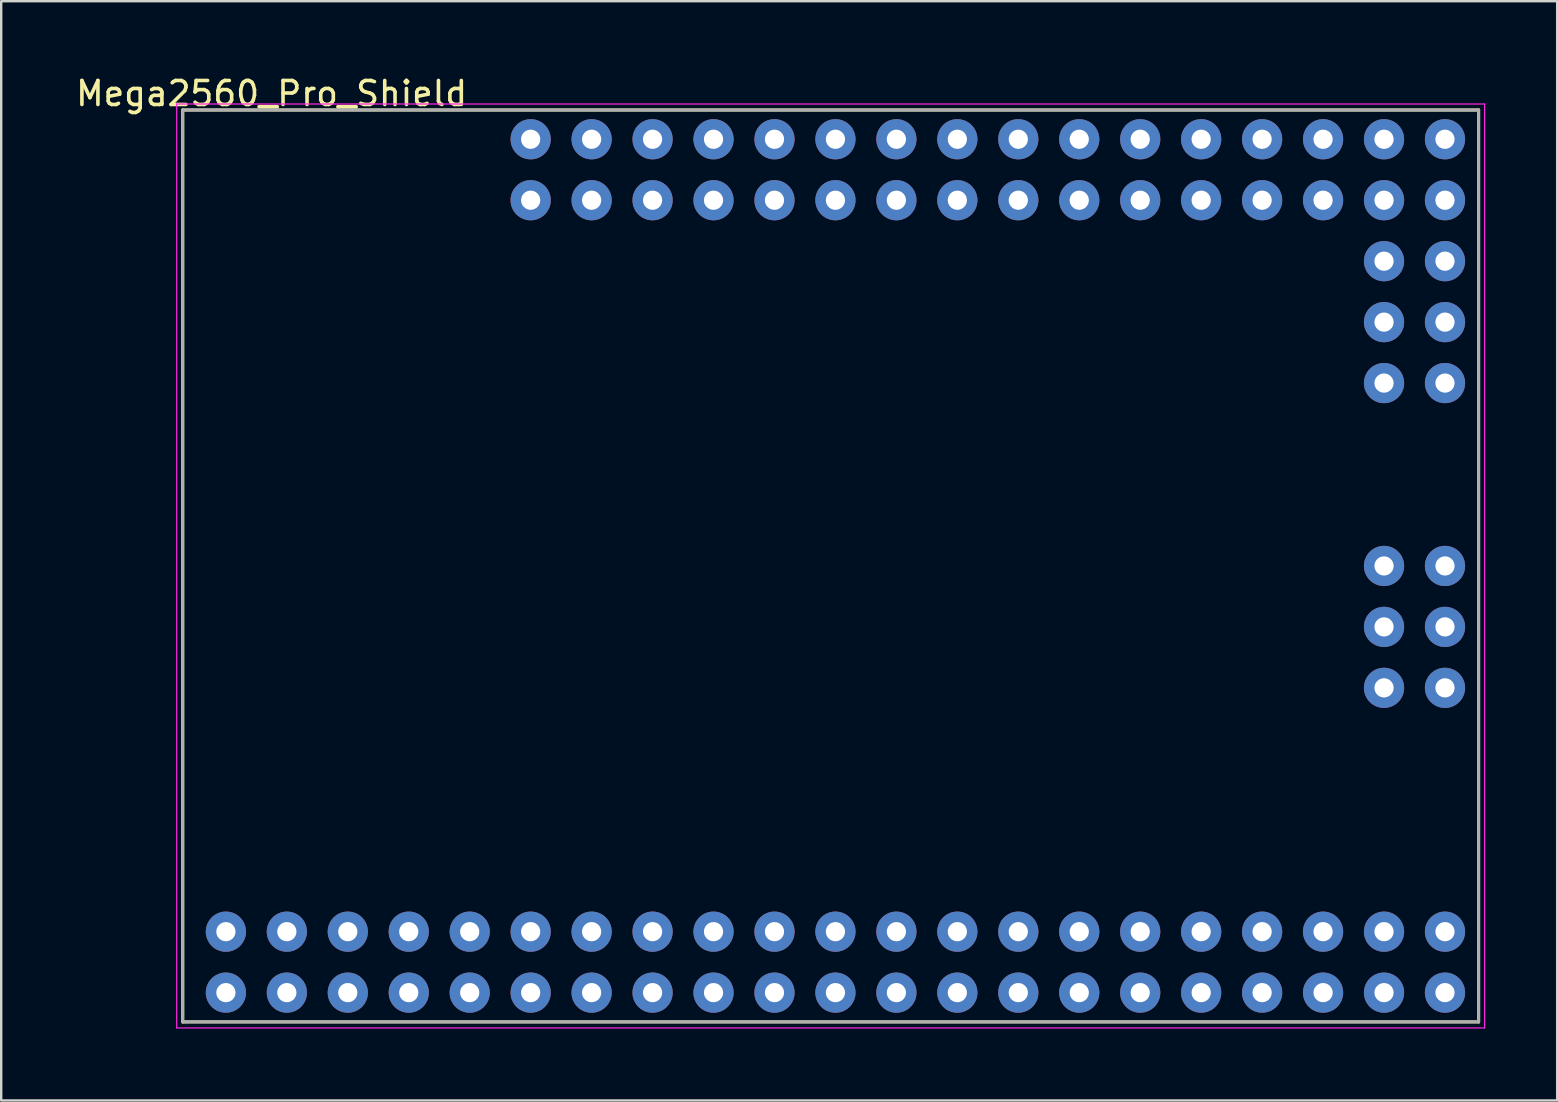
<source format=kicad_pcb>
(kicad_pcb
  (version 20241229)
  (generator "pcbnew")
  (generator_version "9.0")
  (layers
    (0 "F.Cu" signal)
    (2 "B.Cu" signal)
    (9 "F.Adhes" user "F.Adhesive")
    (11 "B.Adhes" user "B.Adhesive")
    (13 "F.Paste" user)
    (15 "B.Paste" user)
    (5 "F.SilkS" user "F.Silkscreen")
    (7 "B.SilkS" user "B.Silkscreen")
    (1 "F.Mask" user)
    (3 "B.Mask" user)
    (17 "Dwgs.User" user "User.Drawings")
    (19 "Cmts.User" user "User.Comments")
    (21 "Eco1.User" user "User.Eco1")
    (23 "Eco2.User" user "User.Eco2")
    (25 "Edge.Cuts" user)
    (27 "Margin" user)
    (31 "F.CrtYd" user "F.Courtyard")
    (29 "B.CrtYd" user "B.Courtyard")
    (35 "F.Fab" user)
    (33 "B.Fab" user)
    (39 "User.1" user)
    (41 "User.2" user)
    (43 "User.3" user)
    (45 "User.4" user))
  (footprint "Mega2560_Pro_Shield"
    (layer "F.Cu")
    (at 31.563 20.533)
    (property "Reference" "Mega2560_Pro_Shield" (at -23.295 -19.685 0) (layer "F.SilkS") (effects (font (size 1 1) (thickness 0.15))))
    (attr through_hole)
    (fp_line (start -27 -19) (end 27 -19) (stroke (width 0.127) (type solid)) (layer "F.SilkS"))
    (fp_line (start -27 19) (end -27 -19) (stroke (width 0.127) (type solid)) (layer "F.SilkS"))
    (fp_line (start -27 19) (end 27 19) (stroke (width 0.127) (type solid)) (layer "F.SilkS"))
    (fp_line (start 27 19) (end 27 -19) (stroke (width 0.127) (type solid)) (layer "F.SilkS"))
    (fp_line (start -27.25 -19.25) (end 27.25 -19.25) (stroke (width 0.05) (type solid)) (layer "F.CrtYd"))
    (fp_line (start -27.25 19.25) (end -27.25 -19.25) (stroke (width 0.05) (type solid)) (layer "F.CrtYd"))
    (fp_line (start 27.25 -19.25) (end 27.25 19.25) (stroke (width 0.05) (type solid)) (layer "F.CrtYd"))
    (fp_line (start 27.25 19.25) (end -27.25 19.25) (stroke (width 0.05) (type solid)) (layer "F.CrtYd"))
    (fp_line (start -27 -19) (end 27 -19) (stroke (width 0.127) (type solid)) (layer "F.Fab"))
    (fp_line (start -27 19) (end -27 -19) (stroke (width 0.127) (type solid)) (layer "F.Fab"))
    (fp_line (start -27 19) (end 27 19) (stroke (width 0.127) (type solid)) (layer "F.Fab"))
    (fp_line (start 27 19) (end 27 -19) (stroke (width 0.127) (type solid)) (layer "F.Fab"))
    (pad "3V3_1" thru_hole circle (at -17.58 17.78) (size 1.676 1.676) (drill 0.8) (layers "*.Cu" "*.Mask"))
    (pad "3V3_2" thru_hole circle (at -17.58 15.24) (size 1.676 1.676) (drill 0.8) (layers "*.Cu" "*.Mask"))
    (pad "5V_1" thru_hole circle (at -20.12 17.78) (size 1.676 1.676) (drill 0.8) (layers "*.Cu" "*.Mask"))
    (pad "5V_2" thru_hole circle (at -20.12 15.24) (size 1.676 1.676) (drill 0.8) (layers "*.Cu" "*.Mask"))
    (pad "5V_3" thru_hole circle (at 25.6 0) (size 1.676 1.676) (drill 0.8) (layers "*.Cu" "*.Mask"))
    (pad "A0" thru_hole circle (at -12.5 -17.78) (size 1.676 1.676) (drill 0.8) (layers "*.Cu" "*.Mask"))
    (pad "A1" thru_hole circle (at -12.5 -15.24) (size 1.676 1.676) (drill 0.8) (layers "*.Cu" "*.Mask"))
    (pad "A2" thru_hole circle (at -9.96 -17.78) (size 1.676 1.676) (drill 0.8) (layers "*.Cu" "*.Mask"))
    (pad "A3" thru_hole circle (at -9.96 -15.24) (size 1.676 1.676) (drill 0.8) (layers "*.Cu" "*.Mask"))
    (pad "A4" thru_hole circle (at -7.42 -17.78) (size 1.676 1.676) (drill 0.8) (layers "*.Cu" "*.Mask"))
    (pad "A5" thru_hole circle (at -7.42 -15.24) (size 1.676 1.676) (drill 0.8) (layers "*.Cu" "*.Mask"))
    (pad "A6" thru_hole circle (at -4.88 -17.78) (size 1.676 1.676) (drill 0.8) (layers "*.Cu" "*.Mask"))
    (pad "A7" thru_hole circle (at -4.88 -15.24) (size 1.676 1.676) (drill 0.8) (layers "*.Cu" "*.Mask"))
    (pad "A8" thru_hole circle (at -2.34 -17.78) (size 1.676 1.676) (drill 0.8) (layers "*.Cu" "*.Mask"))
    (pad "A9" thru_hole circle (at -2.34 -15.24) (size 1.676 1.676) (drill 0.8) (layers "*.Cu" "*.Mask"))
    (pad "A10" thru_hole circle (at 0.2 -17.78) (size 1.676 1.676) (drill 0.8) (layers "*.Cu" "*.Mask"))
    (pad "A11" thru_hole circle (at 0.2 -15.24) (size 1.676 1.676) (drill 0.8) (layers "*.Cu" "*.Mask"))
    (pad "A12" thru_hole circle (at 2.74 -17.78) (size 1.676 1.676) (drill 0.8) (layers "*.Cu" "*.Mask"))
    (pad "A13" thru_hole circle (at 2.74 -15.24) (size 1.676 1.676) (drill 0.8) (layers "*.Cu" "*.Mask"))
    (pad "A14" thru_hole circle (at 5.28 -17.78) (size 1.676 1.676) (drill 0.8) (layers "*.Cu" "*.Mask"))
    (pad "A15" thru_hole circle (at 5.28 -15.24) (size 1.676 1.676) (drill 0.8) (layers "*.Cu" "*.Mask"))
    (pad "AREF" thru_hole circle (at -15.04 15.24) (size 1.676 1.676) (drill 0.8) (layers "*.Cu" "*.Mask"))
    (pad "D2" thru_hole circle (at -9.96 15.24) (size 1.676 1.676) (drill 0.8) (layers "*.Cu" "*.Mask"))
    (pad "D3" thru_hole circle (at -9.96 17.78) (size 1.676 1.676) (drill 0.8) (layers "*.Cu" "*.Mask"))
    (pad "D4" thru_hole circle (at -7.42 15.24) (size 1.676 1.676) (drill 0.8) (layers "*.Cu" "*.Mask"))
    (pad "D5" thru_hole circle (at -7.42 17.78) (size 1.676 1.676) (drill 0.8) (layers "*.Cu" "*.Mask"))
    (pad "D6" thru_hole circle (at -4.88 15.24) (size 1.676 1.676) (drill 0.8) (layers "*.Cu" "*.Mask"))
    (pad "D7" thru_hole circle (at -4.88 17.78) (size 1.676 1.676) (drill 0.8) (layers "*.Cu" "*.Mask"))
    (pad "D8" thru_hole circle (at -2.34 15.24) (size 1.676 1.676) (drill 0.8) (layers "*.Cu" "*.Mask"))
    (pad "D9" thru_hole circle (at -2.34 17.78) (size 1.676 1.676) (drill 0.8) (layers "*.Cu" "*.Mask"))
    (pad "D10" thru_hole circle (at 0.2 15.24) (size 1.676 1.676) (drill 0.8) (layers "*.Cu" "*.Mask"))
    (pad "D11" thru_hole circle (at 0.2 17.78) (size 1.676 1.676) (drill 0.8) (layers "*.Cu" "*.Mask"))
    (pad "D12" thru_hole circle (at 2.74 15.24) (size 1.676 1.676) (drill 0.8) (layers "*.Cu" "*.Mask"))
    (pad "D13" thru_hole circle (at 2.74 17.78) (size 1.676 1.676) (drill 0.8) (layers "*.Cu" "*.Mask"))
    (pad "D14" thru_hole circle (at 5.28 15.24) (size 1.676 1.676) (drill 0.8) (layers "*.Cu" "*.Mask"))
    (pad "D15" thru_hole circle (at 5.28 17.78) (size 1.676 1.676) (drill 0.8) (layers "*.Cu" "*.Mask"))
    (pad "D16" thru_hole circle (at 7.82 15.24) (size 1.676 1.676) (drill 0.8) (layers "*.Cu" "*.Mask"))
    (pad "D17" thru_hole circle (at 7.82 17.78) (size 1.676 1.676) (drill 0.8) (layers "*.Cu" "*.Mask"))
    (pad "D18" thru_hole circle (at 10.36 15.24) (size 1.676 1.676) (drill 0.8) (layers "*.Cu" "*.Mask"))
    (pad "D19" thru_hole circle (at 10.36 17.78) (size 1.676 1.676) (drill 0.8) (layers "*.Cu" "*.Mask"))
    (pad "D20" thru_hole circle (at 12.9 15.24) (size 1.676 1.676) (drill 0.8) (layers "*.Cu" "*.Mask"))
    (pad "D21" thru_hole circle (at 12.9 17.78) (size 1.676 1.676) (drill 0.8) (layers "*.Cu" "*.Mask"))
    (pad "D22" thru_hole circle (at 15.44 15.24) (size 1.676 1.676) (drill 0.8) (layers "*.Cu" "*.Mask"))
    (pad "D23" thru_hole circle (at 15.44 17.78) (size 1.676 1.676) (drill 0.8) (layers "*.Cu" "*.Mask"))
    (pad "D24" thru_hole circle (at 17.98 15.24) (size 1.676 1.676) (drill 0.8) (layers "*.Cu" "*.Mask"))
    (pad "D25" thru_hole circle (at 17.98 17.78) (size 1.676 1.676) (drill 0.8) (layers "*.Cu" "*.Mask"))
    (pad "D26" thru_hole circle (at 20.52 15.24) (size 1.676 1.676) (drill 0.8) (layers "*.Cu" "*.Mask"))
    (pad "D27" thru_hole circle (at 20.52 17.78) (size 1.676 1.676) (drill 0.8) (layers "*.Cu" "*.Mask"))
    (pad "D28" thru_hole circle (at 23.06 15.24) (size 1.676 1.676) (drill 0.8) (layers "*.Cu" "*.Mask"))
    (pad "D29" thru_hole circle (at 23.06 17.78) (size 1.676 1.676) (drill 0.8) (layers "*.Cu" "*.Mask"))
    (pad "D30" thru_hole circle (at 25.6 15.24) (size 1.676 1.676) (drill 0.8) (layers "*.Cu" "*.Mask"))
    (pad "D31" thru_hole circle (at 25.6 17.78) (size 1.676 1.676) (drill 0.8) (layers "*.Cu" "*.Mask"))
    (pad "D32" thru_hole circle (at 7.82 -17.78) (size 1.676 1.676) (drill 0.8) (layers "*.Cu" "*.Mask"))
    (pad "D33" thru_hole circle (at 7.82 -15.24) (size 1.676 1.676) (drill 0.8) (layers "*.Cu" "*.Mask"))
    (pad "D34" thru_hole circle (at 10.36 -17.78) (size 1.676 1.676) (drill 0.8) (layers "*.Cu" "*.Mask"))
    (pad "D35" thru_hole circle (at 10.36 -15.24) (size 1.676 1.676) (drill 0.8) (layers "*.Cu" "*.Mask"))
    (pad "D36" thru_hole circle (at 12.9 -17.78) (size 1.676 1.676) (drill 0.8) (layers "*.Cu" "*.Mask"))
    (pad "D37" thru_hole circle (at 12.9 -15.24) (size 1.676 1.676) (drill 0.8) (layers "*.Cu" "*.Mask"))
    (pad "D38" thru_hole circle (at 15.44 -17.78) (size 1.676 1.676) (drill 0.8) (layers "*.Cu" "*.Mask"))
    (pad "D39" thru_hole circle (at 15.44 -15.24) (size 1.676 1.676) (drill 0.8) (layers "*.Cu" "*.Mask"))
    (pad "D40" thru_hole circle (at 17.98 -17.78) (size 1.676 1.676) (drill 0.8) (layers "*.Cu" "*.Mask"))
    (pad "D41" thru_hole circle (at 17.98 -15.24) (size 1.676 1.676) (drill 0.8) (layers "*.Cu" "*.Mask"))
    (pad "D42" thru_hole circle (at 20.52 -17.78) (size 1.676 1.676) (drill 0.8) (layers "*.Cu" "*.Mask"))
    (pad "D43" thru_hole circle (at 20.52 -15.24) (size 1.676 1.676) (drill 0.8) (layers "*.Cu" "*.Mask"))
    (pad "D44" thru_hole circle (at 23.06 -17.78) (size 1.676 1.676) (drill 0.8) (layers "*.Cu" "*.Mask"))
    (pad "D45" thru_hole circle (at 23.06 -15.24) (size 1.676 1.676) (drill 0.8) (layers "*.Cu" "*.Mask"))
    (pad "D46" thru_hole circle (at 25.6 -17.78) (size 1.676 1.676) (drill 0.8) (layers "*.Cu" "*.Mask"))
    (pad "D47" thru_hole circle (at 25.6 -15.24) (size 1.676 1.676) (drill 0.8) (layers "*.Cu" "*.Mask"))
    (pad "D48" thru_hole circle (at 25.6 -12.7) (size 1.676 1.676) (drill 0.8) (layers "*.Cu" "*.Mask"))
    (pad "D49" thru_hole circle (at 23.06 -12.7) (size 1.676 1.676) (drill 0.8) (layers "*.Cu" "*.Mask"))
    (pad "D50" thru_hole circle (at 25.6 -10.16) (size 1.676 1.676) (drill 0.8) (layers "*.Cu" "*.Mask"))
    (pad "D51" thru_hole circle (at 23.06 -10.16) (size 1.676 1.676) (drill 0.8) (layers "*.Cu" "*.Mask"))
    (pad "D52" thru_hole circle (at 25.6 -7.62) (size 1.676 1.676) (drill 0.8) (layers "*.Cu" "*.Mask"))
    (pad "D53" thru_hole circle (at 23.06 -7.62) (size 1.676 1.676) (drill 0.8) (layers "*.Cu" "*.Mask"))
    (pad "GND_1" thru_hole circle (at -22.66 17.78) (size 1.676 1.676) (drill 0.8) (layers "*.Cu" "*.Mask"))
    (pad "GND_2" thru_hole circle (at -22.66 15.24) (size 1.676 1.676) (drill 0.8) (layers "*.Cu" "*.Mask"))
    (pad "GND_3" thru_hole circle (at 25.6 5.08) (size 1.676 1.676) (drill 0.8) (layers "*.Cu" "*.Mask"))
    (pad "MISO" thru_hole circle (at 23.06 0) (size 1.676 1.676) (drill 0.8) (layers "*.Cu" "*.Mask"))
    (pad "MOSI" thru_hole circle (at 25.6 2.54) (size 1.676 1.676) (drill 0.8) (layers "*.Cu" "*.Mask"))
    (pad "RESET" thru_hole circle (at 23.06 5.08) (size 1.676 1.676) (drill 0.8) (layers "*.Cu" "*.Mask"))
    (pad "RST" thru_hole circle (at -15.04 17.78) (size 1.676 1.676) (drill 0.8) (layers "*.Cu" "*.Mask"))
    (pad "RX" thru_hole circle (at -12.5 15.24) (size 1.676 1.676) (drill 0.8) (layers "*.Cu" "*.Mask"))
    (pad "SCK" thru_hole circle (at 23.06 2.54) (size 1.676 1.676) (drill 0.8) (layers "*.Cu" "*.Mask"))
    (pad "TX" thru_hole circle (at -12.5 17.78) (size 1.676 1.676) (drill 0.8) (layers "*.Cu" "*.Mask"))
    (pad "VIN_1" thru_hole circle (at -25.2 17.78) (size 1.676 1.676) (drill 0.8) (layers "*.Cu" "*.Mask"))
    (pad "VIN_2" thru_hole circle (at -25.2 15.24) (size 1.676 1.676) (drill 0.8) (layers "*.Cu" "*.Mask")))
  (gr_rect
    (start -3 -3)
    (end 61.838 42.808)
    (stroke (width 0.1) (type default))
    (fill no)
    (layer "Edge.Cuts")))
</source>
